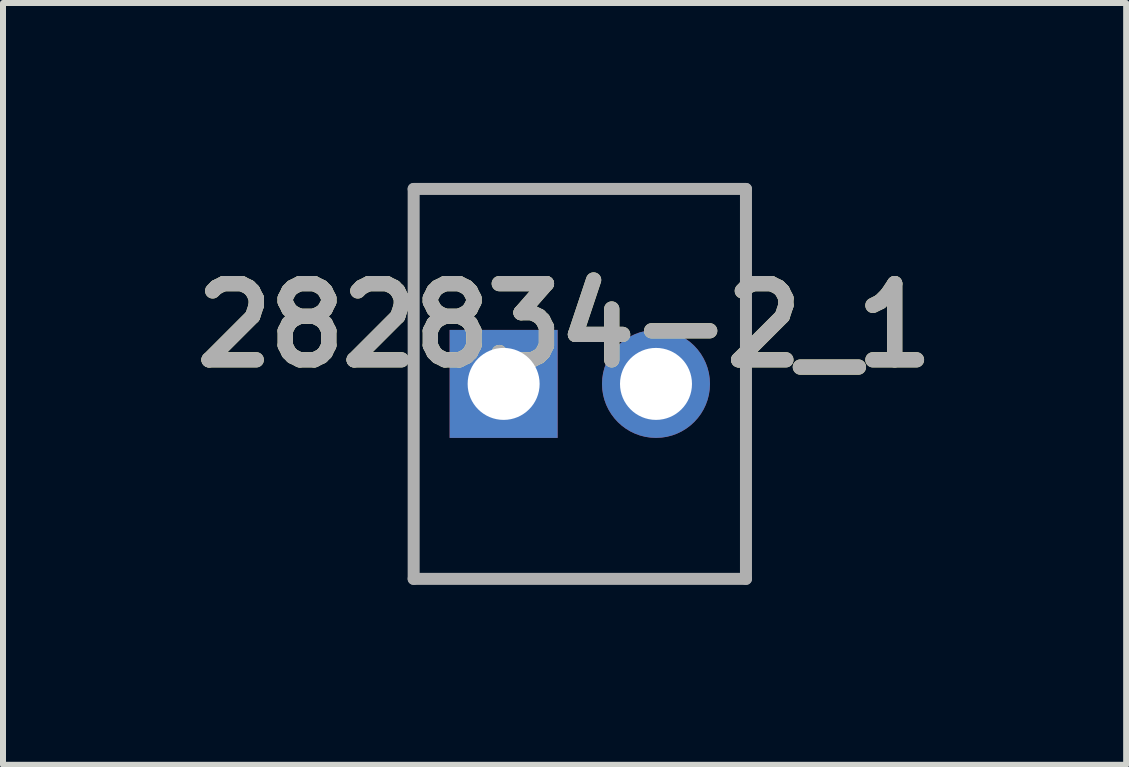
<source format=kicad_pcb>
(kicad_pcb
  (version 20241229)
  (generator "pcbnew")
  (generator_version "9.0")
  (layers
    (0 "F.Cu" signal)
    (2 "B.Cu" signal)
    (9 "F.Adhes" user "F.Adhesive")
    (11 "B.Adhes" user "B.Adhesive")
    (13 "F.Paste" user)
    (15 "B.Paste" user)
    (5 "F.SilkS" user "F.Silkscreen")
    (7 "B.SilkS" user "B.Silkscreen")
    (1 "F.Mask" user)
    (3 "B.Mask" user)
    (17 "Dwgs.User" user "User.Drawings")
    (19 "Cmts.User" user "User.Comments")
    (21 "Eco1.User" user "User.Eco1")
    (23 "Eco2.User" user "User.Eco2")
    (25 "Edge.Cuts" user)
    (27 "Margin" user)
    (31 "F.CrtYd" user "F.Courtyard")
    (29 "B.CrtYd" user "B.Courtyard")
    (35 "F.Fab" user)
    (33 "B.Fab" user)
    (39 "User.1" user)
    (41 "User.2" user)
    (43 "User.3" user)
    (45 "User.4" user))
  (footprint "282834-2_1"
    (layer "F.Cu")
    (at 5.346 3.35)
    (property "Reference" "282834-2_1" (at 1.016 -0.976 0) (layer "F.SilkS") (effects (font (size 1.27 1.27) (thickness 0.254))))
    (attr through_hole)
    (fp_line (start -1.5 -3.25) (end 4.04 -3.25) (stroke (width 0.1) (type solid)) (layer "F.SilkS"))
    (fp_line (start -1.5 3.25) (end -1.5 -3.25) (stroke (width 0.1) (type solid)) (layer "F.SilkS"))
    (fp_line (start 4.04 -3.25) (end 4.04 3.25) (stroke (width 0.1) (type solid)) (layer "F.SilkS"))
    (fp_line (start 4.04 3.25) (end -1.5 3.25) (stroke (width 0.1) (type solid)) (layer "F.SilkS"))
    (fp_line (start -1.5 -3.25) (end 4.04 -3.25) (stroke (width 0.2) (type solid)) (layer "F.Fab"))
    (fp_line (start -1.5 3.25) (end -1.5 -3.25) (stroke (width 0.2) (type solid)) (layer "F.Fab"))
    (fp_line (start 4.04 -3.25) (end 4.04 3.25) (stroke (width 0.2) (type solid)) (layer "F.Fab"))
    (fp_line (start 4.04 3.25) (end -1.5 3.25) (stroke (width 0.2) (type solid)) (layer "F.Fab"))
    (fp_text user "${REFERENCE}" (at 1.016 -0.976 0) (layer "F.Fab") (effects (font (size 1.27 1.27) (thickness 0.254))))
    (pad "1" thru_hole rect (at 0 0) (size 1.8 1.8) (drill 1.2) (layers "*.Cu" "*.Mask"))
    (pad "2" thru_hole circle (at 2.54 0) (size 1.8 1.8) (drill 1.2) (layers "*.Cu" "*.Mask")))
  (gr_rect
    (start -3 -3)
    (end 15.724 9.7)
    (stroke (width 0.1) (type default))
    (fill no)
    (layer "Edge.Cuts")))
</source>
